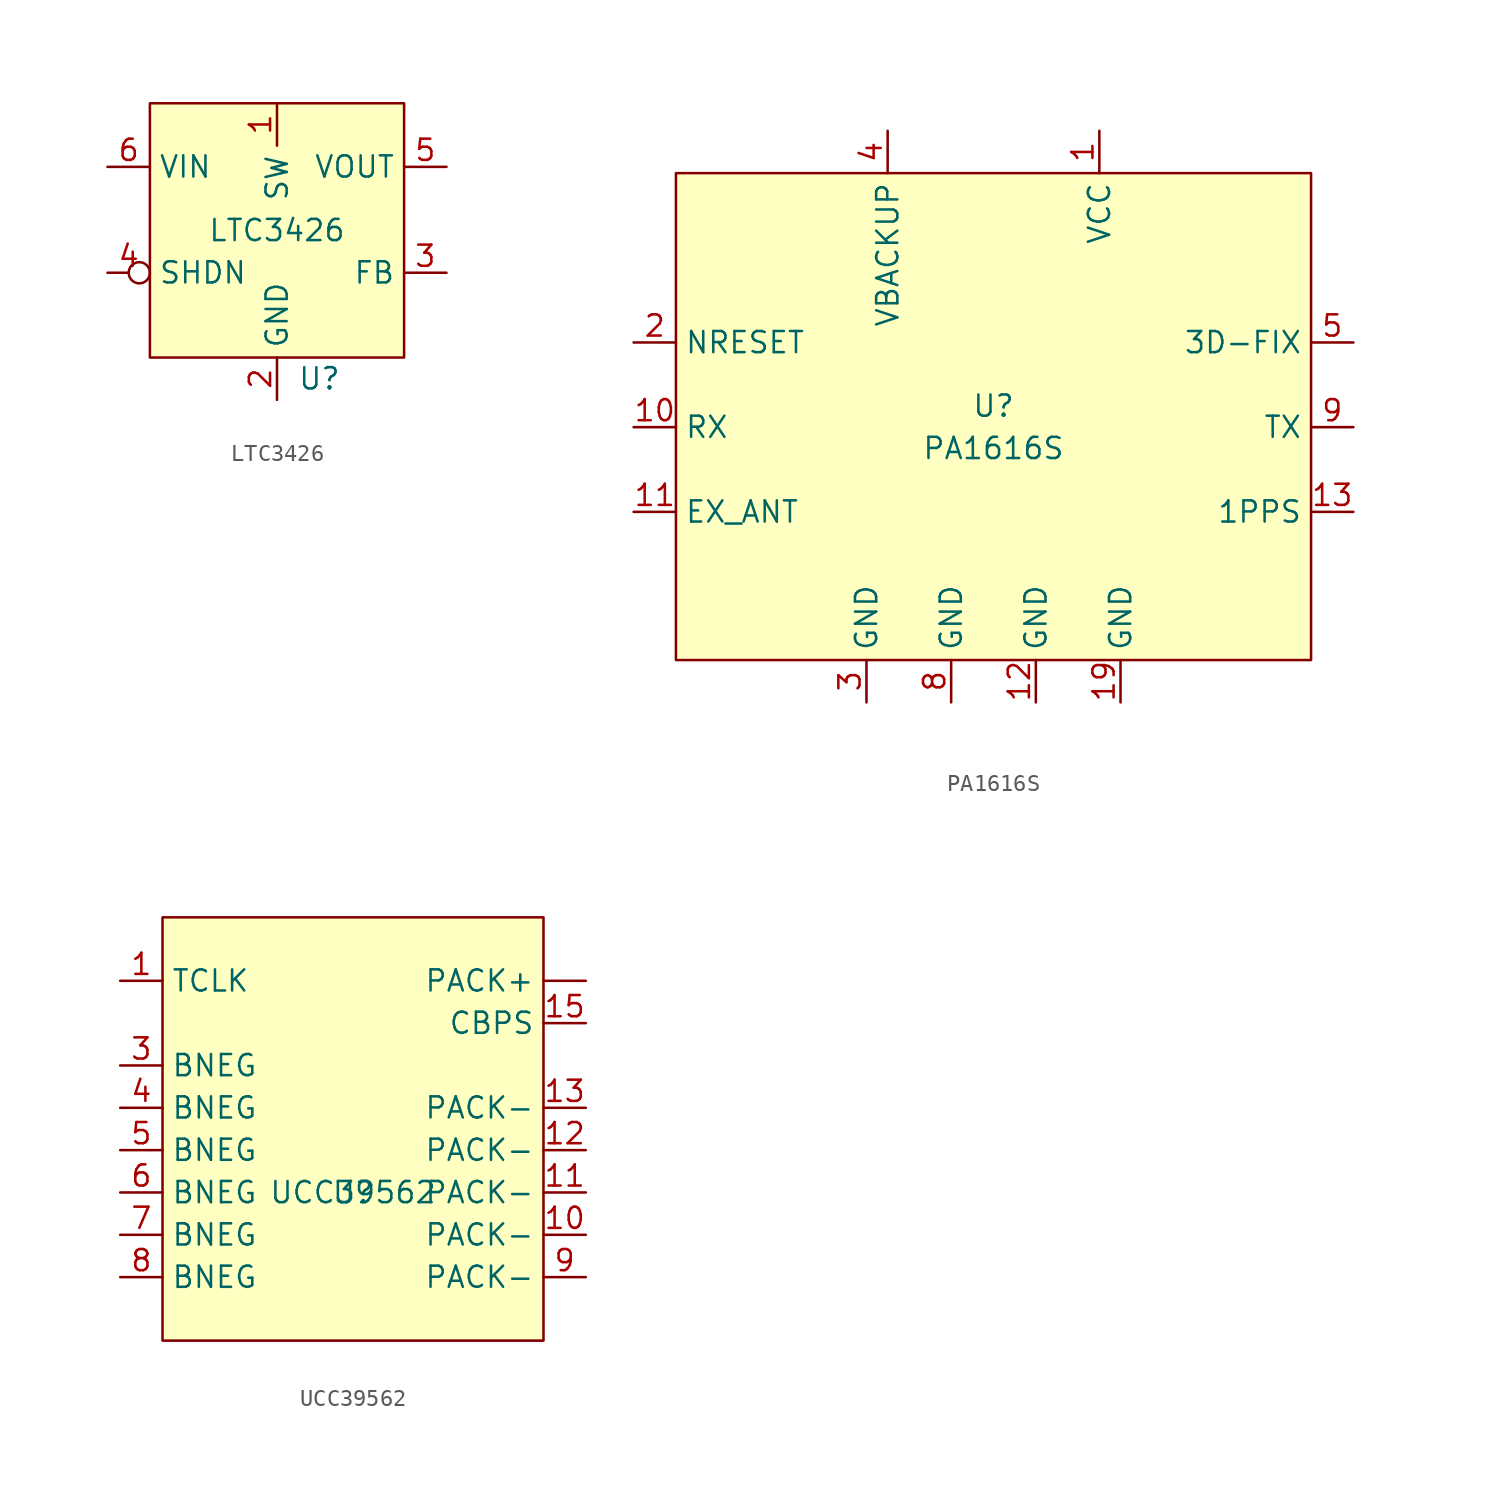
<source format=kicad_sym>
(kicad_symbol_lib
  (version 20220914)
  (generator kicad_symbol_editor)
  (symbol "LTC3426"
    (property "Reference" "U"
      (at 2.54 -8.89 0)
      (effects (font (size 1.27 1.27))))
    (property "Value" "LTC3426"
      (at 0 0 0)
      (effects (font (size 1.27 1.27))))
    (symbol "LTC3426_1_1"
      (rectangle (start -7.62 7.62) (end 7.62 -7.62) (stroke (width 0) (type default)) (fill (type background)))
      (pin input line (at 0 7.62 270) (length 2.54) (name "SW" (effects (font (size 1.27 1.27)))) (number "1" (effects (font (size 1.27 1.27)))))
      (pin passive line (at 0 -10.16 90) (length 2.54) (name "GND" (effects (font (size 1.27 1.27)))) (number "2" (effects (font (size 1.27 1.27)))))
      (pin input line (at 10.16 -2.54 180) (length 2.54) (name "FB" (effects (font (size 1.27 1.27)))) (number "3" (effects (font (size 1.27 1.27)))))
      (pin input inverted (at -10.16 -2.54 0) (length 2.54) (name "SHDN" (effects (font (size 1.27 1.27)))) (number "4" (effects (font (size 1.27 1.27)))))
      (pin input line (at 10.16 3.81 180) (length 2.54) (name "VOUT" (effects (font (size 1.27 1.27)))) (number "5" (effects (font (size 1.27 1.27)))))
      (pin power_in line (at -10.16 3.81 0) (length 2.54) (name "VIN" (effects (font (size 1.27 1.27)))) (number "6" (effects (font (size 1.27 1.27)))))))
  (symbol "PA1616S"
    (property "Reference" "U"
      (at 0 1.27 0)
      (effects (font (size 1.27 1.27))))
    (property "Value" "PA1616S"
      (at 0 -1.27 0)
      (effects (font (size 1.27 1.27))))
    (symbol "PA1616S_0_1"
      (rectangle (start -19.05 15.24) (end 19.05 -13.97) (stroke (width 0) (type default)) (fill (type background))))
    (symbol "PA1616S_1_1"
      (pin power_in line (at 6.35 17.78 270) (length 2.54) (name "VCC" (effects (font (size 1.27 1.27)))) (number "1" (effects (font (size 1.27 1.27)))))
      (pin input line (at -21.59 0 0) (length 2.54) (name "RX" (effects (font (size 1.27 1.27)))) (number "10" (effects (font (size 1.27 1.27)))))
      (pin input line (at -21.59 -5.08 0) (length 2.54) (name "EX_ANT" (effects (font (size 1.27 1.27)))) (number "11" (effects (font (size 1.27 1.27)))))
      (pin passive line (at 2.54 -16.51 90) (length 2.54) (name "GND" (effects (font (size 1.27 1.27)))) (number "12" (effects (font (size 1.27 1.27)))))
      (pin output line (at 21.59 -5.08 180) (length 2.54) (name "1PPS" (effects (font (size 1.27 1.27)))) (number "13" (effects (font (size 1.27 1.27)))))
      (pin passive line (at 7.62 -16.51 90) (length 2.54) (name "GND" (effects (font (size 1.27 1.27)))) (number "19" (effects (font (size 1.27 1.27)))))
      (pin input line (at -21.59 5.08 0) (length 2.54) (name "NRESET" (effects (font (size 1.27 1.27)))) (number "2" (effects (font (size 1.27 1.27)))))
      (pin passive line (at -7.62 -16.51 90) (length 2.54) (name "GND" (effects (font (size 1.27 1.27)))) (number "3" (effects (font (size 1.27 1.27)))))
      (pin power_in line (at -6.35 17.78 270) (length 2.54) (name "VBACKUP" (effects (font (size 1.27 1.27)))) (number "4" (effects (font (size 1.27 1.27)))))
      (pin output line (at 21.59 5.08 180) (length 2.54) (name "3D-FIX" (effects (font (size 1.27 1.27)))) (number "5" (effects (font (size 1.27 1.27)))))
      (pin passive line (at -2.54 -16.51 90) (length 2.54) (name "GND" (effects (font (size 1.27 1.27)))) (number "8" (effects (font (size 1.27 1.27)))))
      (pin output line (at 21.59 0 180) (length 2.54) (name "TX" (effects (font (size 1.27 1.27)))) (number "9" (effects (font (size 1.27 1.27)))))))
  (symbol "UCC39562"
    (property "Reference" "U"
      (at 0 0 0)
      (effects (font (size 1.27 1.27))))
    (property "Value" "UCC39562"
      (at 0 0 0)
      (effects (font (size 1.27 1.27))))
    (symbol "UCC39562_1_1"
      (rectangle (start -11.43 16.51) (end 11.43 -8.89) (stroke (width 0) (type default)) (fill (type background)))
      (pin power_in line (at 13.97 12.7 180) (length 2.54) (name "PACK+" (effects (font (size 1.27 1.27)))) (number "" (effects (font (size 1.27 1.27)))))
      (pin input line (at -13.97 12.7 0) (length 2.54) (name "TCLK" (effects (font (size 1.27 1.27)))) (number "1" (effects (font (size 1.27 1.27)))))
      (pin passive line (at 13.97 -2.54 180) (length 2.54) (name "PACK-" (effects (font (size 1.27 1.27)))) (number "10" (effects (font (size 1.27 1.27)))))
      (pin passive line (at 13.97 0 180) (length 2.54) (name "PACK-" (effects (font (size 1.27 1.27)))) (number "11" (effects (font (size 1.27 1.27)))))
      (pin passive line (at 13.97 2.54 180) (length 2.54) (name "PACK-" (effects (font (size 1.27 1.27)))) (number "12" (effects (font (size 1.27 1.27)))))
      (pin passive line (at 13.97 5.08 180) (length 2.54) (name "PACK-" (effects (font (size 1.27 1.27)))) (number "13" (effects (font (size 1.27 1.27)))))
      (pin power_in line (at 13.97 7.62 180) (length 2.54) hide (name "NC" (effects (font (size 1.27 1.27)))) (number "14" (effects (font (size 1.27 1.27)))))
      (pin power_in line (at 13.97 10.16 180) (length 2.54) (name "CBPS" (effects (font (size 1.27 1.27)))) (number "15" (effects (font (size 1.27 1.27)))))
      (pin no_connect line (at -13.97 10.16 0) (length 2.54) hide (name "NC" (effects (font (size 1.27 1.27)))) (number "2" (effects (font (size 1.27 1.27)))))
      (pin passive line (at -13.97 7.62 0) (length 2.54) (name "BNEG" (effects (font (size 1.27 1.27)))) (number "3" (effects (font (size 1.27 1.27)))))
      (pin passive line (at -13.97 5.08 0) (length 2.54) (name "BNEG" (effects (font (size 1.27 1.27)))) (number "4" (effects (font (size 1.27 1.27)))))
      (pin passive line (at -13.97 2.54 0) (length 2.54) (name "BNEG" (effects (font (size 1.27 1.27)))) (number "5" (effects (font (size 1.27 1.27)))))
      (pin passive line (at -13.97 0 0) (length 2.54) (name "BNEG" (effects (font (size 1.27 1.27)))) (number "6" (effects (font (size 1.27 1.27)))))
      (pin passive line (at -13.97 -2.54 0) (length 2.54) (name "BNEG" (effects (font (size 1.27 1.27)))) (number "7" (effects (font (size 1.27 1.27)))))
      (pin passive line (at -13.97 -5.08 0) (length 2.54) (name "BNEG" (effects (font (size 1.27 1.27)))) (number "8" (effects (font (size 1.27 1.27)))))
      (pin passive line (at 13.97 -5.08 180) (length 2.54) (name "PACK-" (effects (font (size 1.27 1.27)))) (number "9" (effects (font (size 1.27 1.27))))))))
</source>
